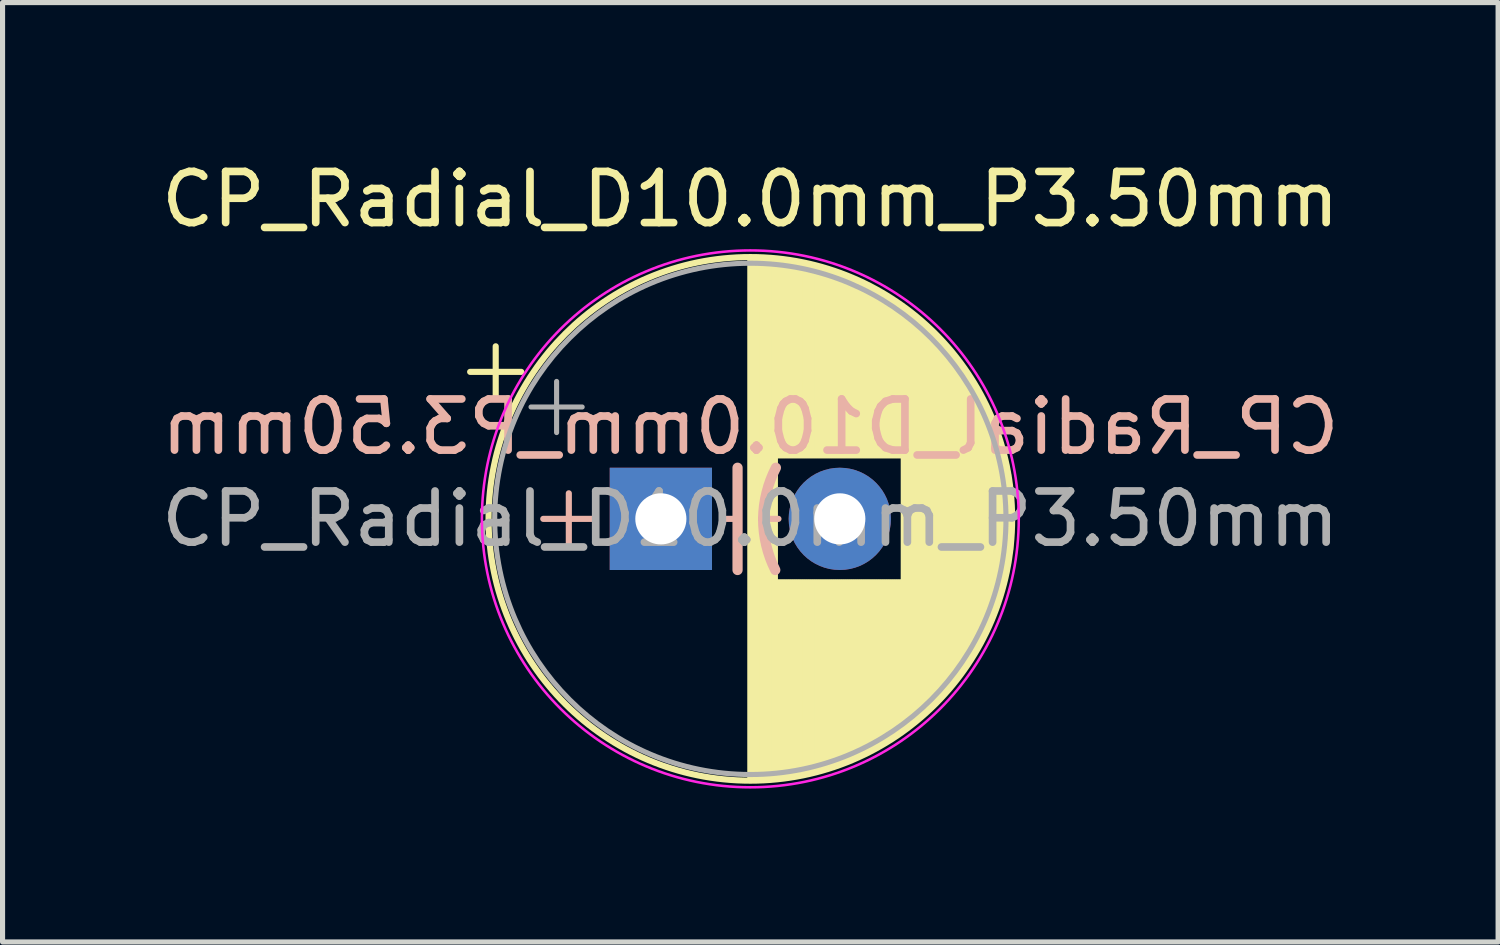
<source format=kicad_pcb>
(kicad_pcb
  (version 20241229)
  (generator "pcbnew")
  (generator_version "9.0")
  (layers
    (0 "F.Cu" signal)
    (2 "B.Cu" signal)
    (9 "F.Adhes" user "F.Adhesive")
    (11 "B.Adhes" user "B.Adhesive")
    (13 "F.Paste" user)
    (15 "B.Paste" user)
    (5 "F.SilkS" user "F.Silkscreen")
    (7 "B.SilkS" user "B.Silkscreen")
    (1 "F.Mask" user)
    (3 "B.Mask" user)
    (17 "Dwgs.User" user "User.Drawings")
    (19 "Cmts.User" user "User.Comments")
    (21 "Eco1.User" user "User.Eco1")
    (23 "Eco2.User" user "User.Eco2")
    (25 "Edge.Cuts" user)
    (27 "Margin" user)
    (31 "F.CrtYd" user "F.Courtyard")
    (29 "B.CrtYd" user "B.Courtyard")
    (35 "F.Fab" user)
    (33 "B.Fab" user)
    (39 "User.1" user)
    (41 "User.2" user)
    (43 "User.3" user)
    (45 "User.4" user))
  (footprint "CP_Radial_D10.0mm_P3.50mm"
    (layer "F.Cu")
    (at 9.875 7.098)
    (property "Reference" "CP_Radial_D10.0mm_P3.50mm" (at 1.75 -6.25 0) (layer "F.SilkS") (effects (font (size 1 1) (thickness 0.15))))
    (fp_line (start -3.73 -2.875) (end -2.73 -2.875) (stroke (width 0.12) (type solid)) (layer "F.SilkS"))
    (fp_line (start -3.23 -3.375) (end -3.23 -2.375) (stroke (width 0.12) (type solid)) (layer "F.SilkS"))
    (fp_line (start 1.75 -5.08) (end 1.75 5.08) (stroke (width 0.12) (type solid)) (layer "F.SilkS"))
    (fp_line (start 1.79 -5.08) (end 1.79 5.08) (stroke (width 0.12) (type solid)) (layer "F.SilkS"))
    (fp_line (start 1.83 -5.08) (end 1.83 5.08) (stroke (width 0.12) (type solid)) (layer "F.SilkS"))
    (fp_line (start 1.87 -5.079) (end 1.87 5.079) (stroke (width 0.12) (type solid)) (layer "F.SilkS"))
    (fp_line (start 1.91 -5.078) (end 1.91 5.078) (stroke (width 0.12) (type solid)) (layer "F.SilkS"))
    (fp_line (start 1.95 -5.077) (end 1.95 5.077) (stroke (width 0.12) (type solid)) (layer "F.SilkS"))
    (fp_line (start 1.99 -5.075) (end 1.99 5.075) (stroke (width 0.12) (type solid)) (layer "F.SilkS"))
    (fp_line (start 2.03 -5.073) (end 2.03 5.073) (stroke (width 0.12) (type solid)) (layer "F.SilkS"))
    (fp_line (start 2.07 -5.07) (end 2.07 5.07) (stroke (width 0.12) (type solid)) (layer "F.SilkS"))
    (fp_line (start 2.11 -5.068) (end 2.11 5.068) (stroke (width 0.12) (type solid)) (layer "F.SilkS"))
    (fp_line (start 2.15 -5.065) (end 2.15 5.065) (stroke (width 0.12) (type solid)) (layer "F.SilkS"))
    (fp_line (start 2.19 -5.062) (end 2.19 5.062) (stroke (width 0.12) (type solid)) (layer "F.SilkS"))
    (fp_line (start 2.23 -5.058) (end 2.23 5.058) (stroke (width 0.12) (type solid)) (layer "F.SilkS"))
    (fp_line (start 2.27 -5.054) (end 2.27 -1.241) (stroke (width 0.12) (type solid)) (layer "F.SilkS"))
    (fp_line (start 2.27 1.241) (end 2.27 5.054) (stroke (width 0.12) (type solid)) (layer "F.SilkS"))
    (fp_line (start 2.31 -5.05) (end 2.31 -1.241) (stroke (width 0.12) (type solid)) (layer "F.SilkS"))
    (fp_line (start 2.31 1.241) (end 2.31 5.05) (stroke (width 0.12) (type solid)) (layer "F.SilkS"))
    (fp_line (start 2.35 -5.045) (end 2.35 -1.241) (stroke (width 0.12) (type solid)) (layer "F.SilkS"))
    (fp_line (start 2.35 1.241) (end 2.35 5.045) (stroke (width 0.12) (type solid)) (layer "F.SilkS"))
    (fp_line (start 2.39 -5.04) (end 2.39 -1.241) (stroke (width 0.12) (type solid)) (layer "F.SilkS"))
    (fp_line (start 2.39 1.241) (end 2.39 5.04) (stroke (width 0.12) (type solid)) (layer "F.SilkS"))
    (fp_line (start 2.43 -5.035) (end 2.43 -1.241) (stroke (width 0.12) (type solid)) (layer "F.SilkS"))
    (fp_line (start 2.43 1.241) (end 2.43 5.035) (stroke (width 0.12) (type solid)) (layer "F.SilkS"))
    (fp_line (start 2.471 -5.03) (end 2.471 -1.241) (stroke (width 0.12) (type solid)) (layer "F.SilkS"))
    (fp_line (start 2.471 1.241) (end 2.471 5.03) (stroke (width 0.12) (type solid)) (layer "F.SilkS"))
    (fp_line (start 2.511 -5.024) (end 2.511 -1.241) (stroke (width 0.12) (type solid)) (layer "F.SilkS"))
    (fp_line (start 2.511 1.241) (end 2.511 5.024) (stroke (width 0.12) (type solid)) (layer "F.SilkS"))
    (fp_line (start 2.551 -5.018) (end 2.551 -1.241) (stroke (width 0.12) (type solid)) (layer "F.SilkS"))
    (fp_line (start 2.551 1.241) (end 2.551 5.018) (stroke (width 0.12) (type solid)) (layer "F.SilkS"))
    (fp_line (start 2.591 -5.011) (end 2.591 -1.241) (stroke (width 0.12) (type solid)) (layer "F.SilkS"))
    (fp_line (start 2.591 1.241) (end 2.591 5.011) (stroke (width 0.12) (type solid)) (layer "F.SilkS"))
    (fp_line (start 2.631 -5.004) (end 2.631 -1.241) (stroke (width 0.12) (type solid)) (layer "F.SilkS"))
    (fp_line (start 2.631 1.241) (end 2.631 5.004) (stroke (width 0.12) (type solid)) (layer "F.SilkS"))
    (fp_line (start 2.671 -4.997) (end 2.671 -1.241) (stroke (width 0.12) (type solid)) (layer "F.SilkS"))
    (fp_line (start 2.671 1.241) (end 2.671 4.997) (stroke (width 0.12) (type solid)) (layer "F.SilkS"))
    (fp_line (start 2.711 -4.99) (end 2.711 -1.241) (stroke (width 0.12) (type solid)) (layer "F.SilkS"))
    (fp_line (start 2.711 1.241) (end 2.711 4.99) (stroke (width 0.12) (type solid)) (layer "F.SilkS"))
    (fp_line (start 2.751 -4.982) (end 2.751 -1.241) (stroke (width 0.12) (type solid)) (layer "F.SilkS"))
    (fp_line (start 2.751 1.241) (end 2.751 4.982) (stroke (width 0.12) (type solid)) (layer "F.SilkS"))
    (fp_line (start 2.791 -4.974) (end 2.791 -1.241) (stroke (width 0.12) (type solid)) (layer "F.SilkS"))
    (fp_line (start 2.791 1.241) (end 2.791 4.974) (stroke (width 0.12) (type solid)) (layer "F.SilkS"))
    (fp_line (start 2.831 -4.965) (end 2.831 -1.241) (stroke (width 0.12) (type solid)) (layer "F.SilkS"))
    (fp_line (start 2.831 1.241) (end 2.831 4.965) (stroke (width 0.12) (type solid)) (layer "F.SilkS"))
    (fp_line (start 2.871 -4.956) (end 2.871 -1.241) (stroke (width 0.12) (type solid)) (layer "F.SilkS"))
    (fp_line (start 2.871 1.241) (end 2.871 4.956) (stroke (width 0.12) (type solid)) (layer "F.SilkS"))
    (fp_line (start 2.911 -4.947) (end 2.911 -1.241) (stroke (width 0.12) (type solid)) (layer "F.SilkS"))
    (fp_line (start 2.911 1.241) (end 2.911 4.947) (stroke (width 0.12) (type solid)) (layer "F.SilkS"))
    (fp_line (start 2.951 -4.938) (end 2.951 -1.241) (stroke (width 0.12) (type solid)) (layer "F.SilkS"))
    (fp_line (start 2.951 1.241) (end 2.951 4.938) (stroke (width 0.12) (type solid)) (layer "F.SilkS"))
    (fp_line (start 2.991 -4.928) (end 2.991 -1.241) (stroke (width 0.12) (type solid)) (layer "F.SilkS"))
    (fp_line (start 2.991 1.241) (end 2.991 4.928) (stroke (width 0.12) (type solid)) (layer "F.SilkS"))
    (fp_line (start 3.031 -4.918) (end 3.031 -1.241) (stroke (width 0.12) (type solid)) (layer "F.SilkS"))
    (fp_line (start 3.031 1.241) (end 3.031 4.918) (stroke (width 0.12) (type solid)) (layer "F.SilkS"))
    (fp_line (start 3.071 -4.907) (end 3.071 -1.241) (stroke (width 0.12) (type solid)) (layer "F.SilkS"))
    (fp_line (start 3.071 1.241) (end 3.071 4.907) (stroke (width 0.12) (type solid)) (layer "F.SilkS"))
    (fp_line (start 3.111 -4.897) (end 3.111 -1.241) (stroke (width 0.12) (type solid)) (layer "F.SilkS"))
    (fp_line (start 3.111 1.241) (end 3.111 4.897) (stroke (width 0.12) (type solid)) (layer "F.SilkS"))
    (fp_line (start 3.151 -4.885) (end 3.151 -1.241) (stroke (width 0.12) (type solid)) (layer "F.SilkS"))
    (fp_line (start 3.151 1.241) (end 3.151 4.885) (stroke (width 0.12) (type solid)) (layer "F.SilkS"))
    (fp_line (start 3.191 -4.874) (end 3.191 -1.241) (stroke (width 0.12) (type solid)) (layer "F.SilkS"))
    (fp_line (start 3.191 1.241) (end 3.191 4.874) (stroke (width 0.12) (type solid)) (layer "F.SilkS"))
    (fp_line (start 3.231 -4.862) (end 3.231 -1.241) (stroke (width 0.12) (type solid)) (layer "F.SilkS"))
    (fp_line (start 3.231 1.241) (end 3.231 4.862) (stroke (width 0.12) (type solid)) (layer "F.SilkS"))
    (fp_line (start 3.271 -4.85) (end 3.271 -1.241) (stroke (width 0.12) (type solid)) (layer "F.SilkS"))
    (fp_line (start 3.271 1.241) (end 3.271 4.85) (stroke (width 0.12) (type solid)) (layer "F.SilkS"))
    (fp_line (start 3.311 -4.837) (end 3.311 -1.241) (stroke (width 0.12) (type solid)) (layer "F.SilkS"))
    (fp_line (start 3.311 1.241) (end 3.311 4.837) (stroke (width 0.12) (type solid)) (layer "F.SilkS"))
    (fp_line (start 3.351 -4.824) (end 3.351 -1.241) (stroke (width 0.12) (type solid)) (layer "F.SilkS"))
    (fp_line (start 3.351 1.241) (end 3.351 4.824) (stroke (width 0.12) (type solid)) (layer "F.SilkS"))
    (fp_line (start 3.391 -4.811) (end 3.391 -1.241) (stroke (width 0.12) (type solid)) (layer "F.SilkS"))
    (fp_line (start 3.391 1.241) (end 3.391 4.811) (stroke (width 0.12) (type solid)) (layer "F.SilkS"))
    (fp_line (start 3.431 -4.797) (end 3.431 -1.241) (stroke (width 0.12) (type solid)) (layer "F.SilkS"))
    (fp_line (start 3.431 1.241) (end 3.431 4.797) (stroke (width 0.12) (type solid)) (layer "F.SilkS"))
    (fp_line (start 3.471 -4.783) (end 3.471 -1.241) (stroke (width 0.12) (type solid)) (layer "F.SilkS"))
    (fp_line (start 3.471 1.241) (end 3.471 4.783) (stroke (width 0.12) (type solid)) (layer "F.SilkS"))
    (fp_line (start 3.511 -4.768) (end 3.511 -1.241) (stroke (width 0.12) (type solid)) (layer "F.SilkS"))
    (fp_line (start 3.511 1.241) (end 3.511 4.768) (stroke (width 0.12) (type solid)) (layer "F.SilkS"))
    (fp_line (start 3.551 -4.754) (end 3.551 -1.241) (stroke (width 0.12) (type solid)) (layer "F.SilkS"))
    (fp_line (start 3.551 1.241) (end 3.551 4.754) (stroke (width 0.12) (type solid)) (layer "F.SilkS"))
    (fp_line (start 3.591 -4.738) (end 3.591 -1.241) (stroke (width 0.12) (type solid)) (layer "F.SilkS"))
    (fp_line (start 3.591 1.241) (end 3.591 4.738) (stroke (width 0.12) (type solid)) (layer "F.SilkS"))
    (fp_line (start 3.631 -4.723) (end 3.631 -1.241) (stroke (width 0.12) (type solid)) (layer "F.SilkS"))
    (fp_line (start 3.631 1.241) (end 3.631 4.723) (stroke (width 0.12) (type solid)) (layer "F.SilkS"))
    (fp_line (start 3.671 -4.707) (end 3.671 -1.241) (stroke (width 0.12) (type solid)) (layer "F.SilkS"))
    (fp_line (start 3.671 1.241) (end 3.671 4.707) (stroke (width 0.12) (type solid)) (layer "F.SilkS"))
    (fp_line (start 3.711 -4.69) (end 3.711 -1.241) (stroke (width 0.12) (type solid)) (layer "F.SilkS"))
    (fp_line (start 3.711 1.241) (end 3.711 4.69) (stroke (width 0.12) (type solid)) (layer "F.SilkS"))
    (fp_line (start 3.751 -4.674) (end 3.751 -1.241) (stroke (width 0.12) (type solid)) (layer "F.SilkS"))
    (fp_line (start 3.751 1.241) (end 3.751 4.674) (stroke (width 0.12) (type solid)) (layer "F.SilkS"))
    (fp_line (start 3.791 -4.657) (end 3.791 -1.241) (stroke (width 0.12) (type solid)) (layer "F.SilkS"))
    (fp_line (start 3.791 1.241) (end 3.791 4.657) (stroke (width 0.12) (type solid)) (layer "F.SilkS"))
    (fp_line (start 3.831 -4.639) (end 3.831 -1.241) (stroke (width 0.12) (type solid)) (layer "F.SilkS"))
    (fp_line (start 3.831 1.241) (end 3.831 4.639) (stroke (width 0.12) (type solid)) (layer "F.SilkS"))
    (fp_line (start 3.871 -4.621) (end 3.871 -1.241) (stroke (width 0.12) (type solid)) (layer "F.SilkS"))
    (fp_line (start 3.871 1.241) (end 3.871 4.621) (stroke (width 0.12) (type solid)) (layer "F.SilkS"))
    (fp_line (start 3.911 -4.603) (end 3.911 -1.241) (stroke (width 0.12) (type solid)) (layer "F.SilkS"))
    (fp_line (start 3.911 1.241) (end 3.911 4.603) (stroke (width 0.12) (type solid)) (layer "F.SilkS"))
    (fp_line (start 3.951 -4.584) (end 3.951 -1.241) (stroke (width 0.12) (type solid)) (layer "F.SilkS"))
    (fp_line (start 3.951 1.241) (end 3.951 4.584) (stroke (width 0.12) (type solid)) (layer "F.SilkS"))
    (fp_line (start 3.991 -4.564) (end 3.991 -1.241) (stroke (width 0.12) (type solid)) (layer "F.SilkS"))
    (fp_line (start 3.991 1.241) (end 3.991 4.564) (stroke (width 0.12) (type solid)) (layer "F.SilkS"))
    (fp_line (start 4.031 -4.545) (end 4.031 -1.241) (stroke (width 0.12) (type solid)) (layer "F.SilkS"))
    (fp_line (start 4.031 1.241) (end 4.031 4.545) (stroke (width 0.12) (type solid)) (layer "F.SilkS"))
    (fp_line (start 4.071 -4.525) (end 4.071 -1.241) (stroke (width 0.12) (type solid)) (layer "F.SilkS"))
    (fp_line (start 4.071 1.241) (end 4.071 4.525) (stroke (width 0.12) (type solid)) (layer "F.SilkS"))
    (fp_line (start 4.111 -4.504) (end 4.111 -1.241) (stroke (width 0.12) (type solid)) (layer "F.SilkS"))
    (fp_line (start 4.111 1.241) (end 4.111 4.504) (stroke (width 0.12) (type solid)) (layer "F.SilkS"))
    (fp_line (start 4.151 -4.483) (end 4.151 -1.241) (stroke (width 0.12) (type solid)) (layer "F.SilkS"))
    (fp_line (start 4.151 1.241) (end 4.151 4.483) (stroke (width 0.12) (type solid)) (layer "F.SilkS"))
    (fp_line (start 4.191 -4.462) (end 4.191 -1.241) (stroke (width 0.12) (type solid)) (layer "F.SilkS"))
    (fp_line (start 4.191 1.241) (end 4.191 4.462) (stroke (width 0.12) (type solid)) (layer "F.SilkS"))
    (fp_line (start 4.231 -4.44) (end 4.231 -1.241) (stroke (width 0.12) (type solid)) (layer "F.SilkS"))
    (fp_line (start 4.231 1.241) (end 4.231 4.44) (stroke (width 0.12) (type solid)) (layer "F.SilkS"))
    (fp_line (start 4.271 -4.417) (end 4.271 -1.241) (stroke (width 0.12) (type solid)) (layer "F.SilkS"))
    (fp_line (start 4.271 1.241) (end 4.271 4.417) (stroke (width 0.12) (type solid)) (layer "F.SilkS"))
    (fp_line (start 4.311 -4.395) (end 4.311 -1.241) (stroke (width 0.12) (type solid)) (layer "F.SilkS"))
    (fp_line (start 4.311 1.241) (end 4.311 4.395) (stroke (width 0.12) (type solid)) (layer "F.SilkS"))
    (fp_line (start 4.351 -4.371) (end 4.351 -1.241) (stroke (width 0.12) (type solid)) (layer "F.SilkS"))
    (fp_line (start 4.351 1.241) (end 4.351 4.371) (stroke (width 0.12) (type solid)) (layer "F.SilkS"))
    (fp_line (start 4.391 -4.347) (end 4.391 -1.241) (stroke (width 0.12) (type solid)) (layer "F.SilkS"))
    (fp_line (start 4.391 1.241) (end 4.391 4.347) (stroke (width 0.12) (type solid)) (layer "F.SilkS"))
    (fp_line (start 4.431 -4.323) (end 4.431 -1.241) (stroke (width 0.12) (type solid)) (layer "F.SilkS"))
    (fp_line (start 4.431 1.241) (end 4.431 4.323) (stroke (width 0.12) (type solid)) (layer "F.SilkS"))
    (fp_line (start 4.471 -4.298) (end 4.471 -1.241) (stroke (width 0.12) (type solid)) (layer "F.SilkS"))
    (fp_line (start 4.471 1.241) (end 4.471 4.298) (stroke (width 0.12) (type solid)) (layer "F.SilkS"))
    (fp_line (start 4.511 -4.273) (end 4.511 -1.241) (stroke (width 0.12) (type solid)) (layer "F.SilkS"))
    (fp_line (start 4.511 1.241) (end 4.511 4.273) (stroke (width 0.12) (type solid)) (layer "F.SilkS"))
    (fp_line (start 4.551 -4.247) (end 4.551 -1.241) (stroke (width 0.12) (type solid)) (layer "F.SilkS"))
    (fp_line (start 4.551 1.241) (end 4.551 4.247) (stroke (width 0.12) (type solid)) (layer "F.SilkS"))
    (fp_line (start 4.591 -4.221) (end 4.591 -1.241) (stroke (width 0.12) (type solid)) (layer "F.SilkS"))
    (fp_line (start 4.591 1.241) (end 4.591 4.221) (stroke (width 0.12) (type solid)) (layer "F.SilkS"))
    (fp_line (start 4.631 -4.194) (end 4.631 -1.241) (stroke (width 0.12) (type solid)) (layer "F.SilkS"))
    (fp_line (start 4.631 1.241) (end 4.631 4.194) (stroke (width 0.12) (type solid)) (layer "F.SilkS"))
    (fp_line (start 4.671 -4.166) (end 4.671 -1.241) (stroke (width 0.12) (type solid)) (layer "F.SilkS"))
    (fp_line (start 4.671 1.241) (end 4.671 4.166) (stroke (width 0.12) (type solid)) (layer "F.SilkS"))
    (fp_line (start 4.711 -4.138) (end 4.711 -1.241) (stroke (width 0.12) (type solid)) (layer "F.SilkS"))
    (fp_line (start 4.711 1.241) (end 4.711 4.138) (stroke (width 0.12) (type solid)) (layer "F.SilkS"))
    (fp_line (start 4.751 -4.11) (end 4.751 4.11) (stroke (width 0.12) (type solid)) (layer "F.SilkS"))
    (fp_line (start 4.791 -4.08) (end 4.791 4.08) (stroke (width 0.12) (type solid)) (layer "F.SilkS"))
    (fp_line (start 4.831 -4.05) (end 4.831 4.05) (stroke (width 0.12) (type solid)) (layer "F.SilkS"))
    (fp_line (start 4.871 -4.02) (end 4.871 4.02) (stroke (width 0.12) (type solid)) (layer "F.SilkS"))
    (fp_line (start 4.911 -3.989) (end 4.911 3.989) (stroke (width 0.12) (type solid)) (layer "F.SilkS"))
    (fp_line (start 4.951 -3.957) (end 4.951 3.957) (stroke (width 0.12) (type solid)) (layer "F.SilkS"))
    (fp_line (start 4.991 -3.925) (end 4.991 3.925) (stroke (width 0.12) (type solid)) (layer "F.SilkS"))
    (fp_line (start 5.031 -3.892) (end 5.031 3.892) (stroke (width 0.12) (type solid)) (layer "F.SilkS"))
    (fp_line (start 5.071 -3.858) (end 5.071 3.858) (stroke (width 0.12) (type solid)) (layer "F.SilkS"))
    (fp_line (start 5.111 -3.824) (end 5.111 3.824) (stroke (width 0.12) (type solid)) (layer "F.SilkS"))
    (fp_line (start 5.151 -3.789) (end 5.151 3.789) (stroke (width 0.12) (type solid)) (layer "F.SilkS"))
    (fp_line (start 5.191 -3.753) (end 5.191 3.753) (stroke (width 0.12) (type solid)) (layer "F.SilkS"))
    (fp_line (start 5.231 -3.716) (end 5.231 3.716) (stroke (width 0.12) (type solid)) (layer "F.SilkS"))
    (fp_line (start 5.271 -3.679) (end 5.271 3.679) (stroke (width 0.12) (type solid)) (layer "F.SilkS"))
    (fp_line (start 5.311 -3.64) (end 5.311 3.64) (stroke (width 0.12) (type solid)) (layer "F.SilkS"))
    (fp_line (start 5.351 -3.601) (end 5.351 3.601) (stroke (width 0.12) (type solid)) (layer "F.SilkS"))
    (fp_line (start 5.391 -3.561) (end 5.391 3.561) (stroke (width 0.12) (type solid)) (layer "F.SilkS"))
    (fp_line (start 5.431 -3.52) (end 5.431 3.52) (stroke (width 0.12) (type solid)) (layer "F.SilkS"))
    (fp_line (start 5.471 -3.478) (end 5.471 3.478) (stroke (width 0.12) (type solid)) (layer "F.SilkS"))
    (fp_line (start 5.511 -3.436) (end 5.511 3.436) (stroke (width 0.12) (type solid)) (layer "F.SilkS"))
    (fp_line (start 5.551 -3.392) (end 5.551 3.392) (stroke (width 0.12) (type solid)) (layer "F.SilkS"))
    (fp_line (start 5.591 -3.347) (end 5.591 3.347) (stroke (width 0.12) (type solid)) (layer "F.SilkS"))
    (fp_line (start 5.631 -3.301) (end 5.631 3.301) (stroke (width 0.12) (type solid)) (layer "F.SilkS"))
    (fp_line (start 5.671 -3.254) (end 5.671 3.254) (stroke (width 0.12) (type solid)) (layer "F.SilkS"))
    (fp_line (start 5.711 -3.206) (end 5.711 3.206) (stroke (width 0.12) (type solid)) (layer "F.SilkS"))
    (fp_line (start 5.751 -3.156) (end 5.751 3.156) (stroke (width 0.12) (type solid)) (layer "F.SilkS"))
    (fp_line (start 5.791 -3.106) (end 5.791 3.106) (stroke (width 0.12) (type solid)) (layer "F.SilkS"))
    (fp_line (start 5.831 -3.054) (end 5.831 3.054) (stroke (width 0.12) (type solid)) (layer "F.SilkS"))
    (fp_line (start 5.871 -3) (end 5.871 3) (stroke (width 0.12) (type solid)) (layer "F.SilkS"))
    (fp_line (start 5.911 -2.945) (end 5.911 2.945) (stroke (width 0.12) (type solid)) (layer "F.SilkS"))
    (fp_line (start 5.951 -2.889) (end 5.951 2.889) (stroke (width 0.12) (type solid)) (layer "F.SilkS"))
    (fp_line (start 5.991 -2.83) (end 5.991 2.83) (stroke (width 0.12) (type solid)) (layer "F.SilkS"))
    (fp_line (start 6.031 -2.77) (end 6.031 2.77) (stroke (width 0.12) (type solid)) (layer "F.SilkS"))
    (fp_line (start 6.071 -2.709) (end 6.071 2.709) (stroke (width 0.12) (type solid)) (layer "F.SilkS"))
    (fp_line (start 6.111 -2.645) (end 6.111 2.645) (stroke (width 0.12) (type solid)) (layer "F.SilkS"))
    (fp_line (start 6.151 -2.579) (end 6.151 2.579) (stroke (width 0.12) (type solid)) (layer "F.SilkS"))
    (fp_line (start 6.191 -2.51) (end 6.191 2.51) (stroke (width 0.12) (type solid)) (layer "F.SilkS"))
    (fp_line (start 6.231 -2.439) (end 6.231 2.439) (stroke (width 0.12) (type solid)) (layer "F.SilkS"))
    (fp_line (start 6.271 -2.365) (end 6.271 2.365) (stroke (width 0.12) (type solid)) (layer "F.SilkS"))
    (fp_line (start 6.311 -2.289) (end 6.311 2.289) (stroke (width 0.12) (type solid)) (layer "F.SilkS"))
    (fp_line (start 6.351 -2.209) (end 6.351 2.209) (stroke (width 0.12) (type solid)) (layer "F.SilkS"))
    (fp_line (start 6.391 -2.125) (end 6.391 2.125) (stroke (width 0.12) (type solid)) (layer "F.SilkS"))
    (fp_line (start 6.431 -2.037) (end 6.431 2.037) (stroke (width 0.12) (type solid)) (layer "F.SilkS"))
    (fp_line (start 6.471 -1.944) (end 6.471 1.944) (stroke (width 0.12) (type solid)) (layer "F.SilkS"))
    (fp_line (start 6.511 -1.846) (end 6.511 1.846) (stroke (width 0.12) (type solid)) (layer "F.SilkS"))
    (fp_line (start 6.551 -1.742) (end 6.551 1.742) (stroke (width 0.12) (type solid)) (layer "F.SilkS"))
    (fp_line (start 6.591 -1.63) (end 6.591 1.63) (stroke (width 0.12) (type solid)) (layer "F.SilkS"))
    (fp_line (start 6.631 -1.51) (end 6.631 1.51) (stroke (width 0.12) (type solid)) (layer "F.SilkS"))
    (fp_line (start 6.671 -1.378) (end 6.671 1.378) (stroke (width 0.12) (type solid)) (layer "F.SilkS"))
    (fp_line (start 6.711 -1.23) (end 6.711 1.23) (stroke (width 0.12) (type solid)) (layer "F.SilkS"))
    (fp_line (start 6.751 -1.062) (end 6.751 1.062) (stroke (width 0.12) (type solid)) (layer "F.SilkS"))
    (fp_line (start 6.791 -0.862) (end 6.791 0.862) (stroke (width 0.12) (type solid)) (layer "F.SilkS"))
    (fp_line (start 6.831 -0.599) (end 6.831 0.599) (stroke (width 0.12) (type solid)) (layer "F.SilkS"))
    (fp_circle (center 1.75 0) (end 6.87 0) (stroke (width 0.12) (type solid)) (fill no) (layer "F.SilkS"))
    (fp_line (start -1.8 -0.5) (end -1.8 0.5) (stroke (width 0.12) (type solid)) (layer "B.SilkS"))
    (fp_line (start -1.3 0) (end -2.3 0) (stroke (width 0.12) (type solid)) (layer "B.SilkS"))
    (fp_line (start 1.2 0) (end 1.5 0) (stroke (width 0.12) (type solid)) (layer "B.SilkS"))
    (fp_line (start 1.5 1) (end 1.5 -1) (stroke (width 0.2) (type solid)) (layer "B.SilkS"))
    (fp_line (start 2.3 0) (end 2 0) (stroke (width 0.12) (type solid)) (layer "B.SilkS"))
    (fp_arc (start 2 0) (mid 2.066707 -0.514573) (end 2.25 -1) (stroke (width 0.2) (type solid)) (layer "B.SilkS"))
    (fp_arc (start 2.237539 1) (mid 2.060247 0.513901) (end 2 0) (stroke (width 0.2) (type solid)) (layer "B.SilkS"))
    (fp_circle (center 1.75 0) (end 7 0) (stroke (width 0.05) (type solid)) (fill no) (layer "F.CrtYd"))
    (fp_line (start -2.539 -2.188) (end -1.539 -2.188) (stroke (width 0.1) (type solid)) (layer "F.Fab"))
    (fp_line (start -2.039 -2.688) (end -2.039 -1.688) (stroke (width 0.1) (type solid)) (layer "F.Fab"))
    (fp_circle (center 1.75 0) (end 6.75 0) (stroke (width 0.1) (type solid)) (fill no) (layer "F.Fab"))
    (fp_text user "${REFERENCE}" (at 1.75 -1.8 0) (layer "B.SilkS") (effects (font (size 1 1) (thickness 0.15)) (justify mirror)))
    (fp_text user "${REFERENCE}" (at 1.75 0 0) (layer "F.Fab") (effects (font (size 1 1) (thickness 0.15))))
    (pad "1" thru_hole rect (at 0 0) (size 2 2) (drill 1) (layers "*.Cu" "*.Mask"))
    (pad "2" thru_hole circle (at 3.5 0) (size 2 2) (drill 1) (layers "*.Cu" "*.Mask")))
  (gr_rect
    (start -3 -3)
    (end 26.25 15.373)
    (stroke (width 0.1) (type default))
    (fill no)
    (layer "Edge.Cuts")))
</source>
